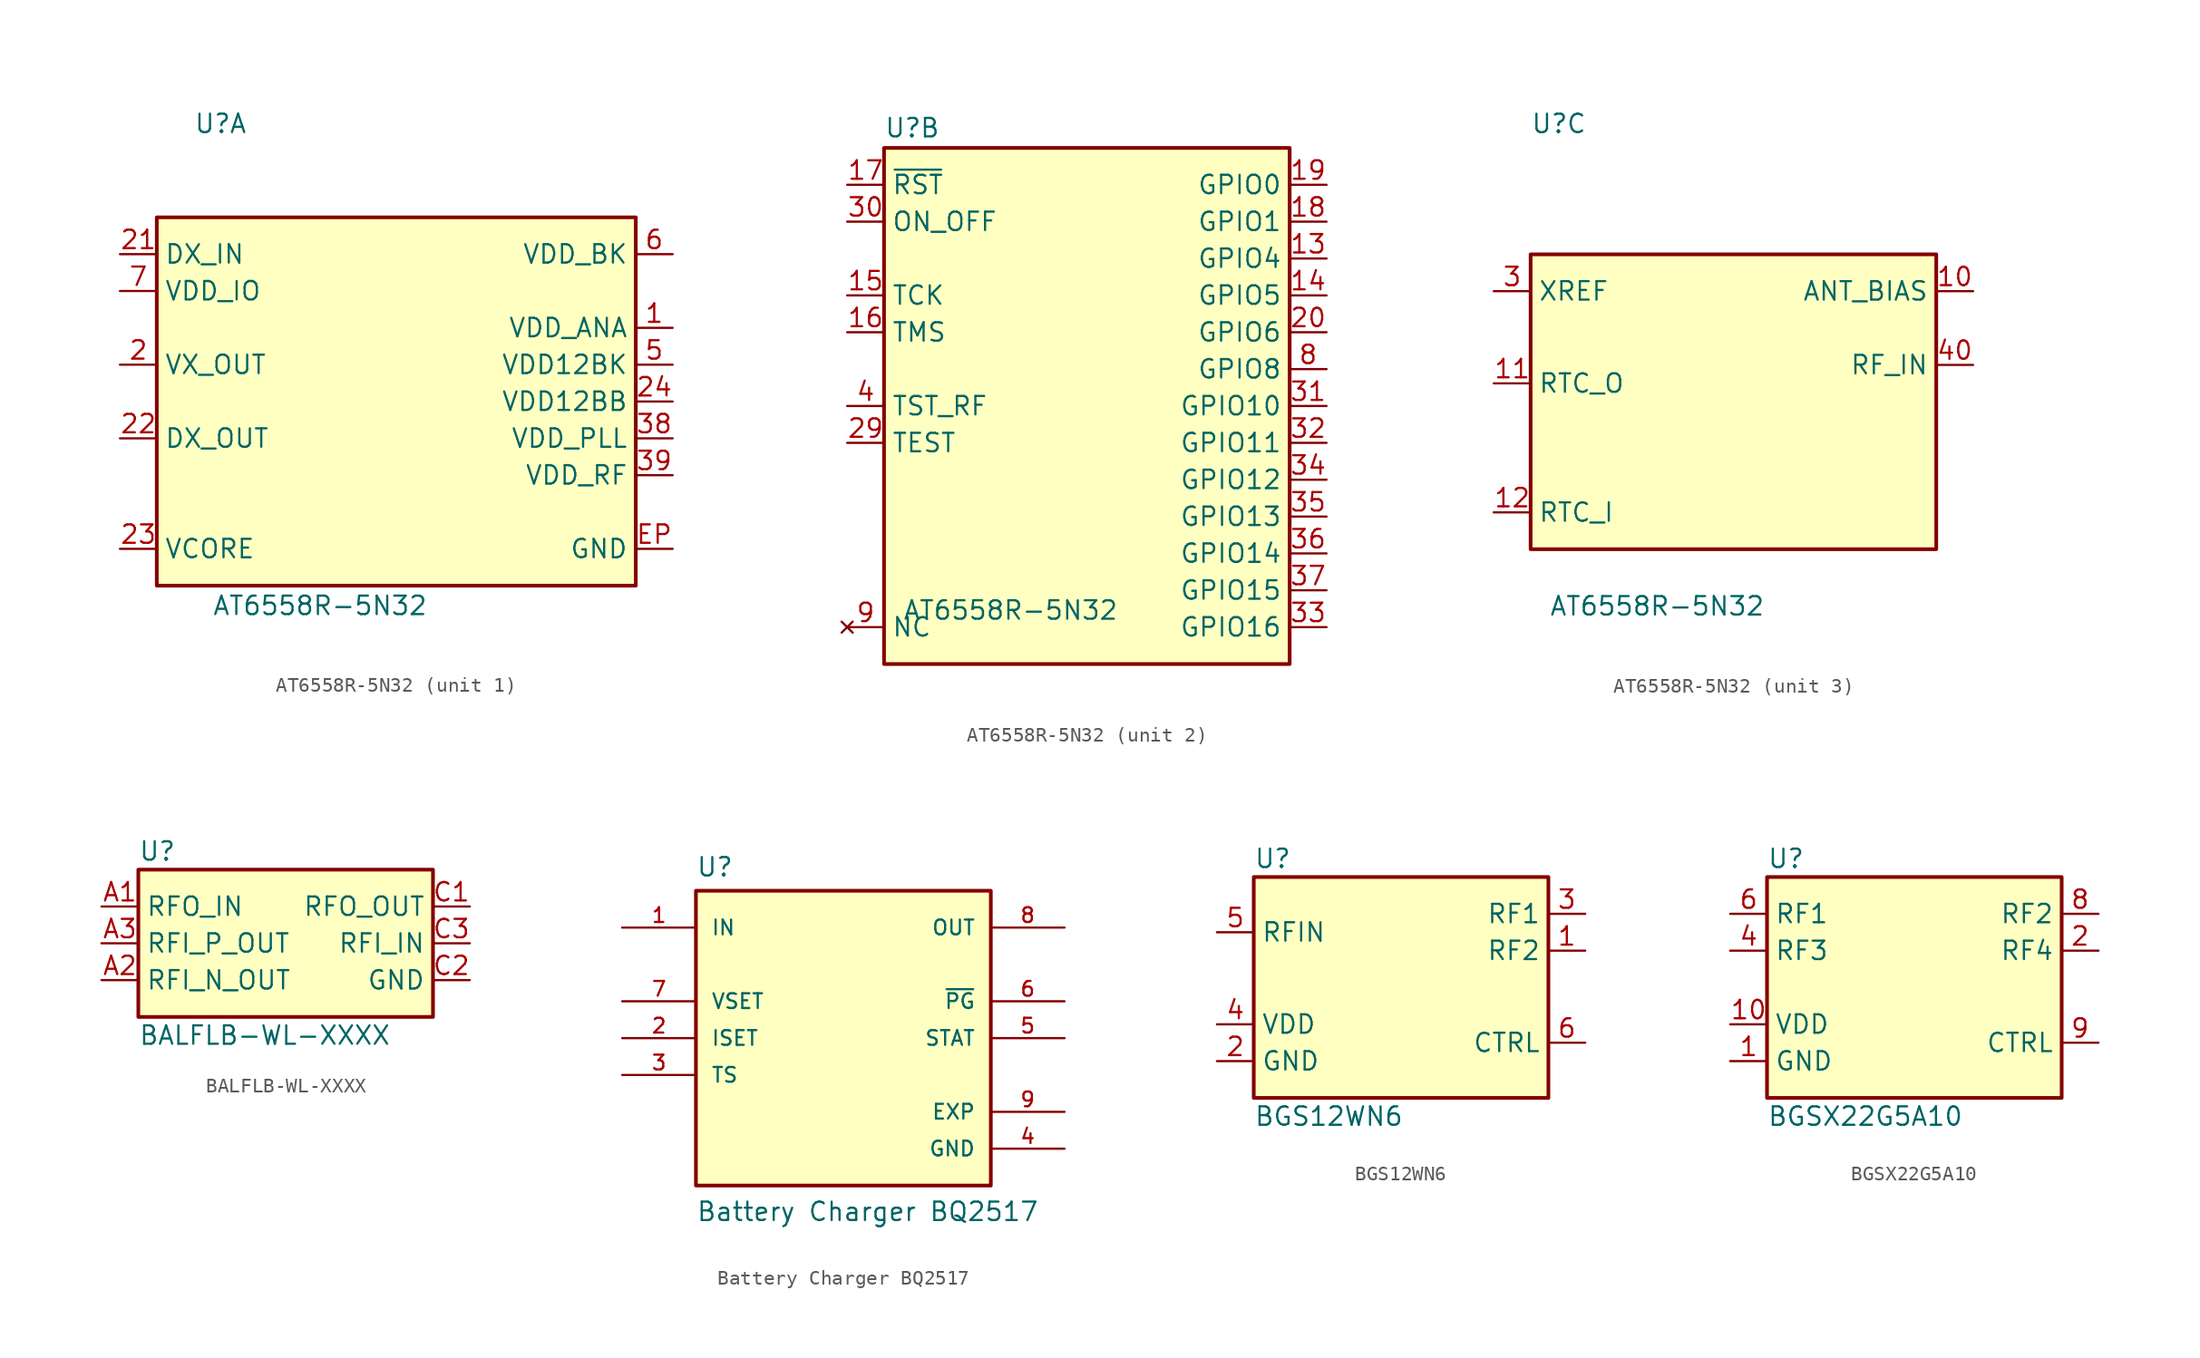
<source format=kicad_sym>
(kicad_symbol_lib
  (version 20231120)
  (generator "kicad_symbol_editor")
  (generator_version "8.0")
  (symbol "AT6558R-5N32"
    (property "Reference" "U"
      (at -13.97 18.415 0)
      (effects (font (size 1.27 1.27)) (justify left bottom)))
    (property "Value" "AT6558R-5N32"
      (at -12.7 -13.335 0)
      (effects (font (size 1.27 1.27)) (justify left top)))
    (property "ki_locked" ""
      (at 0 0 0)
      (effects (font (size 1.27 1.27))))
    (symbol "AT6558R-5N32_1_0"
      (pin power_out line (at 19.05 -2.54 180) (length 2.54) (name "VDD_PLL" (effects (font (size 1.27 1.27)))) (number "38" (effects (font (size 1.27 1.27)))))
      (pin power_out line (at 19.05 -5.08 180) (length 2.54) (name "VDD_RF" (effects (font (size 1.27 1.27)))) (number "39" (effects (font (size 1.27 1.27)))))
      (pin passive line (at 19.05 -10.16 180) (length 2.54) (name "GND" (effects (font (size 1.27 1.27)))) (number "EP" (effects (font (size 1.27 1.27))))))
    (symbol "AT6558R-5N32_1_1"
      (rectangle (start -16.51 12.7) (end 16.51 -12.7) (stroke (width 0.254) (type default)) (fill (type background)))
      (pin power_out line (at 19.05 5.08 180) (length 2.54) (name "VDD_ANA" (effects (font (size 1.27 1.27)))) (number "1" (effects (font (size 1.27 1.27)))))
      (pin power_out line (at -19.05 2.54 0) (length 2.54) (name "VX_OUT" (effects (font (size 1.27 1.27)))) (number "2" (effects (font (size 1.27 1.27)))))
      (pin power_in line (at -19.05 10.16 0) (length 2.54) (name "DX_IN" (effects (font (size 1.27 1.27)))) (number "21" (effects (font (size 1.27 1.27)))))
      (pin power_out line (at -19.05 -2.54 0) (length 2.54) (name "DX_OUT" (effects (font (size 1.27 1.27)))) (number "22" (effects (font (size 1.27 1.27)))))
      (pin power_in line (at -19.05 -10.16 0) (length 2.54) (name "VCORE" (effects (font (size 1.27 1.27)))) (number "23" (effects (font (size 1.27 1.27)))))
      (pin power_out line (at 19.05 0 180) (length 2.54) (name "VDD12BB" (effects (font (size 1.27 1.27)))) (number "24" (effects (font (size 1.27 1.27)))))
      (pin power_out line (at 19.05 2.54 180) (length 2.54) (name "VDD12BK" (effects (font (size 1.27 1.27)))) (number "5" (effects (font (size 1.27 1.27)))))
      (pin power_in line (at 19.05 10.16 180) (length 2.54) (name "VDD_BK" (effects (font (size 1.27 1.27)))) (number "6" (effects (font (size 1.27 1.27)))))
      (pin power_in line (at -19.05 7.62 0) (length 2.54) (name "VDD_IO" (effects (font (size 1.27 1.27)))) (number "7" (effects (font (size 1.27 1.27))))))
    (symbol "AT6558R-5N32_2_0"
      (pin no_connect line (at -16.51 -15.24 0) (length 2.54) hide (name "NC" (effects (font (size 1.27 1.27)))) (number "25" (effects (font (size 1.27 1.27)))))
      (pin no_connect line (at -16.51 -15.24 0) (length 2.54) hide (name "NC" (effects (font (size 1.27 1.27)))) (number "26" (effects (font (size 1.27 1.27)))))
      (pin no_connect line (at -16.51 -15.24 0) (length 2.54) hide (name "NC" (effects (font (size 1.27 1.27)))) (number "27" (effects (font (size 1.27 1.27)))))
      (pin no_connect line (at -16.51 -15.24 0) (length 2.54) hide (name "NC" (effects (font (size 1.27 1.27)))) (number "28" (effects (font (size 1.27 1.27)))))
      (pin input line (at -16.51 -2.54 0) (length 2.54) (name "TEST" (effects (font (size 1.27 1.27)))) (number "29" (effects (font (size 1.27 1.27)))))
      (pin input line (at -16.51 12.7 0) (length 2.54) (name "ON_OFF" (effects (font (size 1.27 1.27)))) (number "30" (effects (font (size 1.27 1.27)))))
      (pin bidirectional line (at 16.51 0 180) (length 2.54) (name "GPIO10" (effects (font (size 1.27 1.27)))) (number "31" (effects (font (size 1.27 1.27)))))
      (pin bidirectional line (at 16.51 -2.54 180) (length 2.54) (name "GPIO11" (effects (font (size 1.27 1.27)))) (number "32" (effects (font (size 1.27 1.27)))))
      (pin bidirectional line (at 16.51 -15.24 180) (length 2.54) (name "GPIO16" (effects (font (size 1.27 1.27)))) (number "33" (effects (font (size 1.27 1.27)))))
      (pin bidirectional line (at 16.51 -5.08 180) (length 2.54) (name "GPIO12" (effects (font (size 1.27 1.27)))) (number "34" (effects (font (size 1.27 1.27)))))
      (pin bidirectional line (at 16.51 -7.62 180) (length 2.54) (name "GPIO13" (effects (font (size 1.27 1.27)))) (number "35" (effects (font (size 1.27 1.27)))))
      (pin bidirectional line (at 16.51 -10.16 180) (length 2.54) (name "GPIO14" (effects (font (size 1.27 1.27)))) (number "36" (effects (font (size 1.27 1.27)))))
      (pin bidirectional line (at 16.51 -12.7 180) (length 2.54) (name "GPIO15" (effects (font (size 1.27 1.27)))) (number "37" (effects (font (size 1.27 1.27))))))
    (symbol "AT6558R-5N32_2_1"
      (rectangle (start -13.97 17.78) (end 13.97 -17.78) (stroke (width 0.254) (type default)) (fill (type background)))
      (pin bidirectional line (at 16.51 10.16 180) (length 2.54) (name "GPIO4" (effects (font (size 1.27 1.27)))) (number "13" (effects (font (size 1.27 1.27)))))
      (pin bidirectional line (at 16.51 7.62 180) (length 2.54) (name "GPIO5" (effects (font (size 1.27 1.27)))) (number "14" (effects (font (size 1.27 1.27)))))
      (pin input line (at -16.51 7.62 0) (length 2.54) (name "TCK" (effects (font (size 1.27 1.27)))) (number "15" (effects (font (size 1.27 1.27)))))
      (pin bidirectional line (at -16.51 5.08 0) (length 2.54) (name "TMS" (effects (font (size 1.27 1.27)))) (number "16" (effects (font (size 1.27 1.27)))))
      (pin input line (at -16.51 15.24 0) (length 2.54) (name "~{RST}" (effects (font (size 1.27 1.27)))) (number "17" (effects (font (size 1.27 1.27)))))
      (pin bidirectional line (at 16.51 12.7 180) (length 2.54) (name "GPIO1" (effects (font (size 1.27 1.27)))) (number "18" (effects (font (size 1.27 1.27)))))
      (pin bidirectional line (at 16.51 15.24 180) (length 2.54) (name "GPIO0" (effects (font (size 1.27 1.27)))) (number "19" (effects (font (size 1.27 1.27)))))
      (pin bidirectional line (at 16.51 5.08 180) (length 2.54) (name "GPIO6" (effects (font (size 1.27 1.27)))) (number "20" (effects (font (size 1.27 1.27)))))
      (pin output line (at -16.51 0 0) (length 2.54) (name "TST_RF" (effects (font (size 1.27 1.27)))) (number "4" (effects (font (size 1.27 1.27)))))
      (pin bidirectional line (at 16.51 2.54 180) (length 2.54) (name "GPIO8" (effects (font (size 1.27 1.27)))) (number "8" (effects (font (size 1.27 1.27)))))
      (pin no_connect line (at -16.51 -15.24 0) (length 2.54) (name "NC" (effects (font (size 1.27 1.27)))) (number "9" (effects (font (size 1.27 1.27))))))
    (symbol "AT6558R-5N32_3_0"
      (pin passive line (at 16.51 2.54 180) (length 2.54) (name "RF_IN" (effects (font (size 1.27 1.27)))) (number "40" (effects (font (size 1.27 1.27))))))
    (symbol "AT6558R-5N32_3_1"
      (rectangle (start -13.97 10.16) (end 13.97 -10.16) (stroke (width 0.254) (type default)) (fill (type background)))
      (pin passive line (at 16.51 7.62 180) (length 2.54) (name "ANT_BIAS" (effects (font (size 1.27 1.27)))) (number "10" (effects (font (size 1.27 1.27)))))
      (pin output line (at -16.51 1.27 0) (length 2.54) (name "RTC_O" (effects (font (size 1.27 1.27)))) (number "11" (effects (font (size 1.27 1.27)))))
      (pin input line (at -16.51 -7.62 0) (length 2.54) (name "RTC_I" (effects (font (size 1.27 1.27)))) (number "12" (effects (font (size 1.27 1.27)))))
      (pin input line (at -16.51 7.62 0) (length 2.54) (name "XREF" (effects (font (size 1.27 1.27)))) (number "3" (effects (font (size 1.27 1.27)))))))
  (symbol "BALFLB-WL-XXXX"
    (property "Reference" "U"
      (at -10.16 6.35 0)
      (do_not_autoplace)
      (effects (font (size 1.27 1.27)) (justify left)))
    (property "Value" "BALFLB-WL-XXXX"
      (at -10.16 -6.35 0)
      (do_not_autoplace)
      (effects (font (size 1.27 1.27)) (justify left)))
    (symbol "BALFLB-WL-XXXX_0_0"
      (rectangle (start -10.16 5.08) (end 10.16 -5.08) (stroke (width 0.254) (type default)) (fill (type background))))
    (symbol "BALFLB-WL-XXXX_1_1"
      (pin input line (at -12.7 2.54 0) (length 2.54) (name "RFO_IN" (effects (font (size 1.27 1.27)))) (number "A1" (effects (font (size 1.27 1.27)))))
      (pin output line (at -12.7 -2.54 0) (length 2.54) (name "RFI_N_OUT" (effects (font (size 1.27 1.27)))) (number "A2" (effects (font (size 1.27 1.27)))))
      (pin output line (at -12.7 0 0) (length 2.54) (name "RFI_P_OUT" (effects (font (size 1.27 1.27)))) (number "A3" (effects (font (size 1.27 1.27)))))
      (pin passive line (at 12.7 -2.54 180) (length 2.54) hide (name "GND" (effects (font (size 1.27 1.27)))) (number "B1" (effects (font (size 1.27 1.27)))))
      (pin passive line (at 12.7 -2.54 180) (length 2.54) hide (name "GND" (effects (font (size 1.27 1.27)))) (number "B2" (effects (font (size 1.27 1.27)))))
      (pin output line (at 12.7 2.54 180) (length 2.54) (name "RFO_OUT" (effects (font (size 1.27 1.27)))) (number "C1" (effects (font (size 1.27 1.27)))))
      (pin passive line (at 12.7 -2.54 180) (length 2.54) (name "GND" (effects (font (size 1.27 1.27)))) (number "C2" (effects (font (size 1.27 1.27)))))
      (pin input line (at 12.7 0 180) (length 2.54) (name "RFI_IN" (effects (font (size 1.27 1.27)))) (number "C3" (effects (font (size 1.27 1.27)))))))
  (symbol "Battery Charger BQ2517"
    (pin_names
      (offset 1.016))
    (property "Reference" "U"
      (at -10.16 11.049 0)
      (effects (font (size 1.27 1.27)) (justify left bottom)))
    (property "Value" "Battery Charger BQ2517"
      (at -10.16 -12.7 0)
      (effects (font (size 1.27 1.27)) (justify left bottom)))
    (symbol "Battery Charger BQ2517_0_0"
      (rectangle (start -10.16 10.16) (end 10.16 -10.16) (stroke (width 0.254) (type default)) (fill (type background)))
      (pin input line (at -15.24 7.62 0) (length 5.08) (name "IN" (effects (font (size 1.016 1.016)))) (number "1" (effects (font (size 1.016 1.016)))))
      (pin input line (at -15.24 0 0) (length 5.08) (name "ISET" (effects (font (size 1.016 1.016)))) (number "2" (effects (font (size 1.016 1.016)))))
      (pin input line (at -15.24 -2.54 0) (length 5.08) (name "TS" (effects (font (size 1.016 1.016)))) (number "3" (effects (font (size 1.016 1.016)))))
      (pin power_in line (at 15.24 -7.62 180) (length 5.08) (name "GND" (effects (font (size 1.016 1.016)))) (number "4" (effects (font (size 1.016 1.016)))))
      (pin output line (at 15.24 0 180) (length 5.08) (name "STAT" (effects (font (size 1.016 1.016)))) (number "5" (effects (font (size 1.016 1.016)))))
      (pin output line (at 15.24 2.54 180) (length 5.08) (name "~{PG}" (effects (font (size 1.016 1.016)))) (number "6" (effects (font (size 1.016 1.016)))))
      (pin input line (at -15.24 2.54 0) (length 5.08) (name "VSET" (effects (font (size 1.016 1.016)))) (number "7" (effects (font (size 1.016 1.016)))))
      (pin output line (at 15.24 7.62 180) (length 5.08) (name "OUT" (effects (font (size 1.016 1.016)))) (number "8" (effects (font (size 1.016 1.016)))))
      (pin power_in line (at 15.24 -5.08 180) (length 5.08) (name "EXP" (effects (font (size 1.016 1.016)))) (number "9" (effects (font (size 1.016 1.016)))))))
  (symbol "BGS12WN6"
    (property "Reference" "U"
      (at -10.16 8.89 0)
      (do_not_autoplace)
      (effects (font (size 1.27 1.27)) (justify left)))
    (property "Value" "BGS12WN6"
      (at -10.16 -8.89 0)
      (do_not_autoplace)
      (effects (font (size 1.27 1.27)) (justify left)))
    (symbol "BGS12WN6_0_0"
      (rectangle (start -10.16 7.62) (end 10.16 -7.62) (stroke (width 0.254) (type default)) (fill (type background))))
    (symbol "BGS12WN6_1_1"
      (pin bidirectional line (at 12.7 2.54 180) (length 2.54) (name "RF2" (effects (font (size 1.27 1.27)))) (number "1" (effects (font (size 1.27 1.27)))))
      (pin passive line (at -12.7 -5.08 0) (length 2.54) (name "GND" (effects (font (size 1.27 1.27)))) (number "2" (effects (font (size 1.27 1.27)))))
      (pin bidirectional line (at 12.7 5.08 180) (length 2.54) (name "RF1" (effects (font (size 1.27 1.27)))) (number "3" (effects (font (size 1.27 1.27)))))
      (pin power_in line (at -12.7 -2.54 0) (length 2.54) (name "VDD" (effects (font (size 1.27 1.27)))) (number "4" (effects (font (size 1.27 1.27)))))
      (pin bidirectional line (at -12.7 3.81 0) (length 2.54) (name "RFIN" (effects (font (size 1.27 1.27)))) (number "5" (effects (font (size 1.27 1.27)))))
      (pin input line (at 12.7 -3.81 180) (length 2.54) (name "CTRL" (effects (font (size 1.27 1.27)))) (number "6" (effects (font (size 1.27 1.27)))))))
  (symbol "BGSX22G5A10"
    (property "Reference" "U"
      (at -10.16 8.89 0)
      (do_not_autoplace)
      (effects (font (size 1.27 1.27)) (justify left)))
    (property "Value" "BGSX22G5A10"
      (at -10.16 -8.89 0)
      (do_not_autoplace)
      (effects (font (size 1.27 1.27)) (justify left)))
    (symbol "BGSX22G5A10_0_0"
      (rectangle (start -10.16 7.62) (end 10.16 -7.62) (stroke (width 0.254) (type default)) (fill (type background))))
    (symbol "BGSX22G5A10_1_1"
      (pin passive line (at -12.7 -5.08 0) (length 2.54) (name "GND" (effects (font (size 1.27 1.27)))) (number "1" (effects (font (size 1.27 1.27)))))
      (pin power_in line (at -12.7 -2.54 0) (length 2.54) (name "VDD" (effects (font (size 1.27 1.27)))) (number "10" (effects (font (size 1.27 1.27)))))
      (pin bidirectional line (at 12.7 2.54 180) (length 2.54) (name "RF4" (effects (font (size 1.27 1.27)))) (number "2" (effects (font (size 1.27 1.27)))))
      (pin passive line (at -12.7 -5.08 0) (length 2.54) hide (name "GND" (effects (font (size 1.27 1.27)))) (number "3" (effects (font (size 1.27 1.27)))))
      (pin bidirectional line (at -12.7 2.54 0) (length 2.54) (name "RF3" (effects (font (size 1.27 1.27)))) (number "4" (effects (font (size 1.27 1.27)))))
      (pin passive line (at -12.7 -5.08 0) (length 2.54) hide (name "GND" (effects (font (size 1.27 1.27)))) (number "5" (effects (font (size 1.27 1.27)))))
      (pin bidirectional line (at -12.7 5.08 0) (length 2.54) (name "RF1" (effects (font (size 1.27 1.27)))) (number "6" (effects (font (size 1.27 1.27)))))
      (pin passive line (at -12.7 -5.08 0) (length 2.54) hide (name "GND" (effects (font (size 1.27 1.27)))) (number "7" (effects (font (size 1.27 1.27)))))
      (pin bidirectional line (at 12.7 5.08 180) (length 2.54) (name "RF2" (effects (font (size 1.27 1.27)))) (number "8" (effects (font (size 1.27 1.27)))))
      (pin input line (at 12.7 -3.81 180) (length 2.54) (name "CTRL" (effects (font (size 1.27 1.27)))) (number "9" (effects (font (size 1.27 1.27))))))))
</source>
